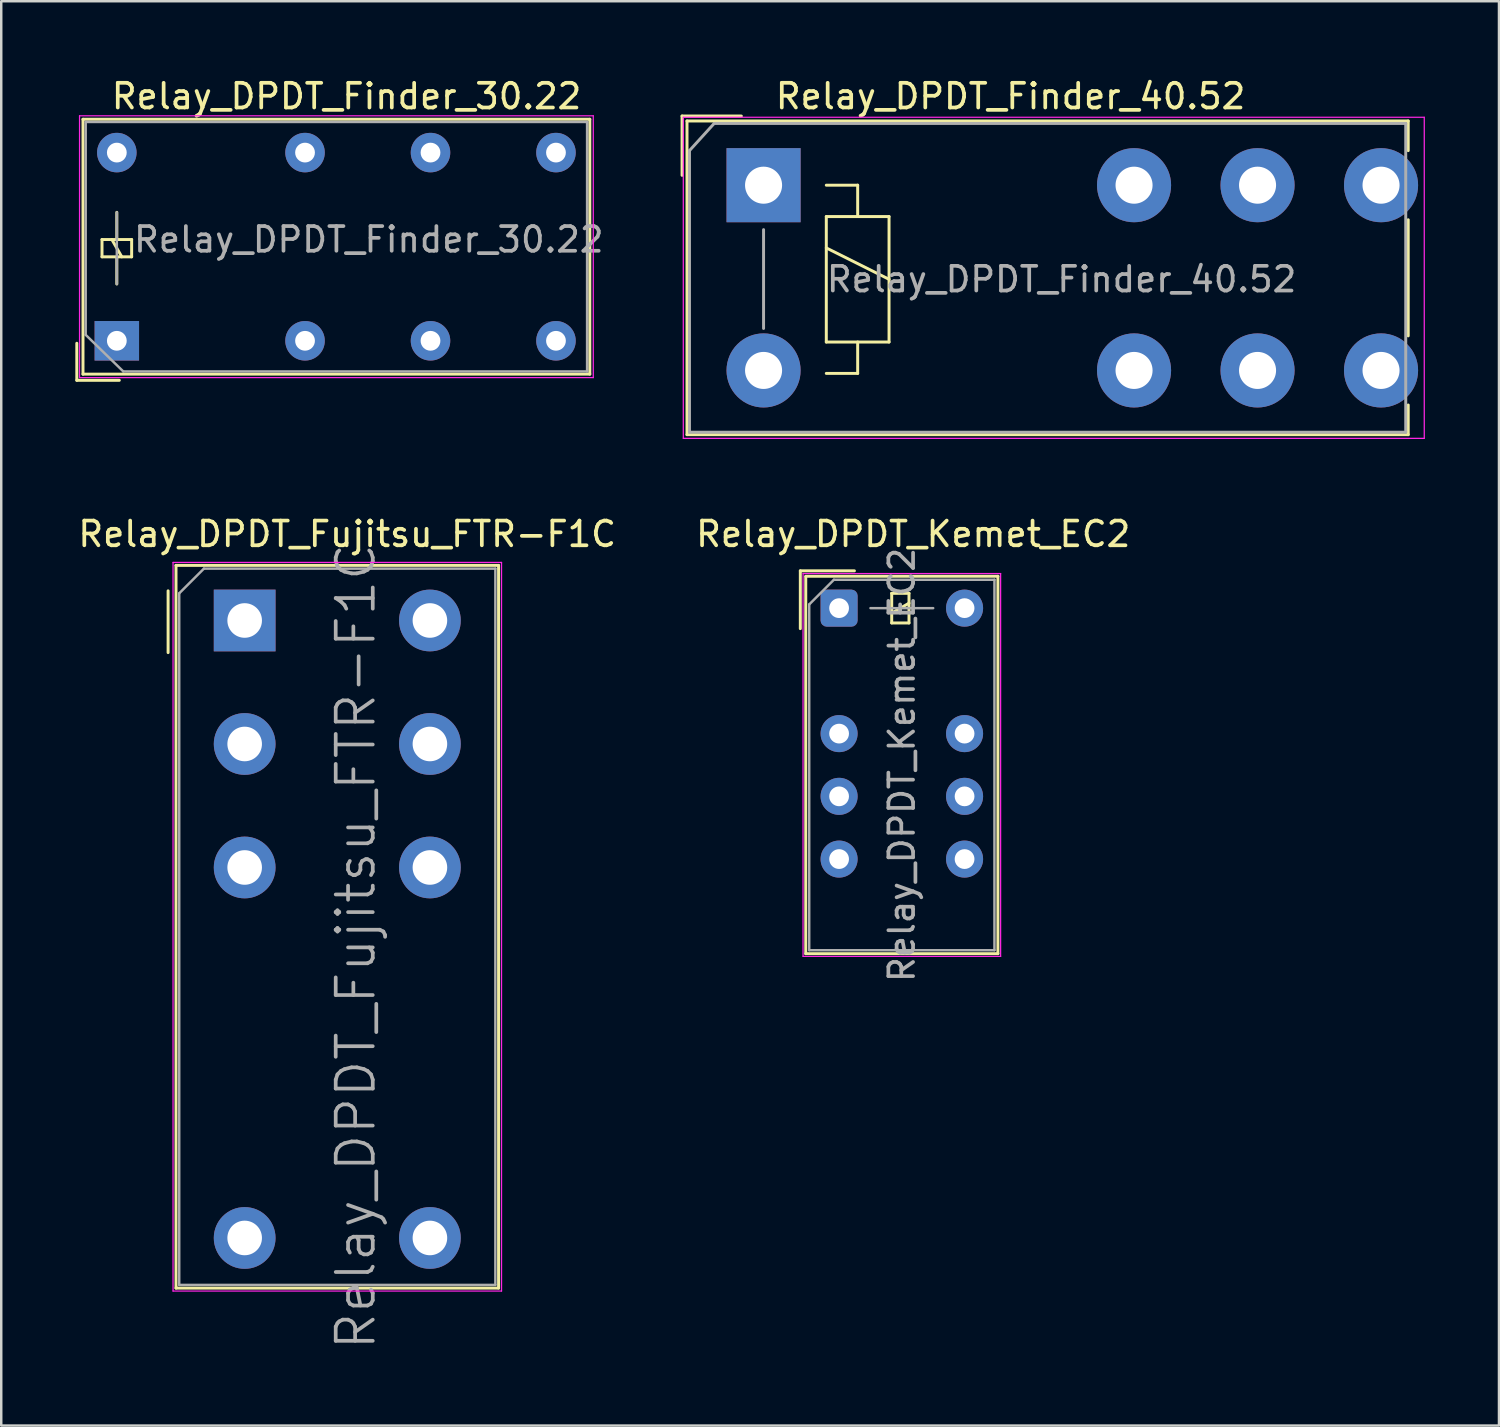
<source format=kicad_pcb>
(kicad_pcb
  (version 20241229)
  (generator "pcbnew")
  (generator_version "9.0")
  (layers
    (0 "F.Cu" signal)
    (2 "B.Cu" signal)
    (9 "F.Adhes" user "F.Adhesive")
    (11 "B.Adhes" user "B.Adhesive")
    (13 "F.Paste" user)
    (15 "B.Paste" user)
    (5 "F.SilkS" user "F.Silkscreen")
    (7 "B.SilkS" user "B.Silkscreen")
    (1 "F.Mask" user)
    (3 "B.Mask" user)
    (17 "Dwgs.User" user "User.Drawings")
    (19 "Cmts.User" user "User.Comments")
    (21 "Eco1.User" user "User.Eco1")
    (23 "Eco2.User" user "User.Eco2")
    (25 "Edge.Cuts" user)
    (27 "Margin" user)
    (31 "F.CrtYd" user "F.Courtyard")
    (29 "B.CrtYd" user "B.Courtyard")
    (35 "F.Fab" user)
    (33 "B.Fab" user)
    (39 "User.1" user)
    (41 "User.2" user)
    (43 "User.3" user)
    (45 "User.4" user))
  (footprint "Relay_DPDT_Fujitsu_FTR-F1C"
    (layer "F.Cu")
    (at 6.856 22.072)
    (property "Reference" "Relay_DPDT_Fujitsu_FTR-F1C" (at 4.15 -3.5 0) (layer "F.SilkS") (effects (font (size 1 1) (thickness 0.15))))
    (attr through_hole)
    (fp_line (start -3.1 -1.2) (end -3.1 1.3) (stroke (width 0.12) (type solid)) (layer "F.SilkS"))
    (fp_line (start -2.78 -2.23) (end 10.28 -2.23) (stroke (width 0.12) (type solid)) (layer "F.SilkS"))
    (fp_line (start -2.78 27.03) (end -2.78 -2.23) (stroke (width 0.12) (type solid)) (layer "F.SilkS"))
    (fp_line (start 10.28 -2.23) (end 10.28 27.03) (stroke (width 0.12) (type solid)) (layer "F.SilkS"))
    (fp_line (start 10.28 27.03) (end -2.78 27.03) (stroke (width 0.12) (type solid)) (layer "F.SilkS"))
    (fp_line (start -2.9 -2.35) (end 10.4 -2.35) (stroke (width 0.05) (type solid)) (layer "F.CrtYd"))
    (fp_line (start -2.9 27.15) (end -2.9 -2.35) (stroke (width 0.05) (type solid)) (layer "F.CrtYd"))
    (fp_line (start 10.4 -2.35) (end 10.4 27.15) (stroke (width 0.05) (type solid)) (layer "F.CrtYd"))
    (fp_line (start 10.4 27.15) (end -2.9 27.15) (stroke (width 0.05) (type solid)) (layer "F.CrtYd"))
    (fp_line (start -2.65 -1.1) (end -2.65 26.9) (stroke (width 0.1) (type solid)) (layer "F.Fab"))
    (fp_line (start -2.65 26.9) (end 10.15 26.9) (stroke (width 0.1) (type solid)) (layer "F.Fab"))
    (fp_line (start -1.65 -2.1) (end -2.65 -1.1) (stroke (width 0.1) (type solid)) (layer "F.Fab"))
    (fp_line (start -1.65 -2.1) (end 10.15 -2.1) (stroke (width 0.1) (type solid)) (layer "F.Fab"))
    (fp_line (start 10.15 -2.1) (end 10.15 26.9) (stroke (width 0.1) (type solid)) (layer "F.Fab"))
    (fp_text user "${REFERENCE}" (at 4.5 13.2 270) (layer "F.Fab") (effects (font (size 1.5 1.5) (thickness 0.15))))
    (pad "1" thru_hole rect (at 0 0 270) (size 2.5 2.5) (drill 1.4) (layers "*.Cu" "*.Mask"))
    (pad "2" thru_hole circle (at 0 5 270) (size 2.5 2.5) (drill 1.4) (layers "*.Cu" "*.Mask"))
    (pad "3" thru_hole circle (at 0 10 270) (size 2.5 2.5) (drill 1.4) (layers "*.Cu" "*.Mask"))
    (pad "4" thru_hole circle (at 0 25 270) (size 2.5 2.5) (drill 1.4) (layers "*.Cu" "*.Mask"))
    (pad "5" thru_hole circle (at 7.5 25 270) (size 2.5 2.5) (drill 1.4) (layers "*.Cu" "*.Mask"))
    (pad "6" thru_hole circle (at 7.5 10 270) (size 2.5 2.5) (drill 1.4) (layers "*.Cu" "*.Mask"))
    (pad "7" thru_hole circle (at 7.5 5 270) (size 2.5 2.5) (drill 1.4) (layers "*.Cu" "*.Mask"))
    (pad "8" thru_hole circle (at 7.5 0 270) (size 2.5 2.5) (drill 1.4) (layers "*.Cu" "*.Mask")))
  (footprint "Relay_DPDT_Finder_40.52"
    (layer "F.Cu")
    (at 27.865 4.448)
    (property "Reference" "Relay_DPDT_Finder_40.52" (at 10 -3.6 0) (layer "F.SilkS") (effects (font (size 1 1) (thickness 0.15))))
    (attr through_hole)
    (fp_line (start -3.3 -0.4) (end -3.3 -2.8) (stroke (width 0.12) (type solid)) (layer "F.SilkS"))
    (fp_line (start -3.1 -2.6) (end 26.1 -2.6) (stroke (width 0.12) (type solid)) (layer "F.SilkS"))
    (fp_line (start -3.1 10.1) (end -3.1 -2.6) (stroke (width 0.12) (type solid)) (layer "F.SilkS"))
    (fp_line (start -0.9 -2.8) (end -3.3 -2.8) (stroke (width 0.12) (type solid)) (layer "F.SilkS"))
    (fp_line (start 2.54 0) (end 3.81 0) (stroke (width 0.12) (type solid)) (layer "F.SilkS"))
    (fp_line (start 2.54 1.27) (end 3.81 1.27) (stroke (width 0.12) (type solid)) (layer "F.SilkS"))
    (fp_line (start 2.54 2.54) (end 5.08 3.81) (stroke (width 0.12) (type solid)) (layer "F.SilkS"))
    (fp_line (start 2.54 6.35) (end 2.54 1.27) (stroke (width 0.12) (type solid)) (layer "F.SilkS"))
    (fp_line (start 3.81 0) (end 3.81 1.27) (stroke (width 0.12) (type solid)) (layer "F.SilkS"))
    (fp_line (start 3.81 1.27) (end 5.08 1.27) (stroke (width 0.12) (type solid)) (layer "F.SilkS"))
    (fp_line (start 3.81 6.35) (end 3.81 7.62) (stroke (width 0.12) (type solid)) (layer "F.SilkS"))
    (fp_line (start 3.81 7.62) (end 2.54 7.62) (stroke (width 0.12) (type solid)) (layer "F.SilkS"))
    (fp_line (start 5.08 1.27) (end 5.08 6.35) (stroke (width 0.12) (type solid)) (layer "F.SilkS"))
    (fp_line (start 5.08 6.35) (end 2.54 6.35) (stroke (width 0.12) (type solid)) (layer "F.SilkS"))
    (fp_line (start 26.1 -2.6) (end 26.1 -1.4) (stroke (width 0.12) (type solid)) (layer "F.SilkS"))
    (fp_line (start 26.1 1.4) (end 26.1 6.1) (stroke (width 0.12) (type solid)) (layer "F.SilkS"))
    (fp_line (start 26.1 8.9) (end 26.1 10.1) (stroke (width 0.12) (type solid)) (layer "F.SilkS"))
    (fp_line (start 26.1 10.1) (end -3.1 10.1) (stroke (width 0.12) (type solid)) (layer "F.SilkS"))
    (fp_line (start -3.25 -2.75) (end -3.25 10.25) (stroke (width 0.05) (type solid)) (layer "F.CrtYd"))
    (fp_line (start -3.25 -2.75) (end 26.75 -2.75) (stroke (width 0.05) (type solid)) (layer "F.CrtYd"))
    (fp_line (start 26.75 10.25) (end -3.25 10.25) (stroke (width 0.05) (type solid)) (layer "F.CrtYd"))
    (fp_line (start 26.75 10.25) (end 26.75 -2.75) (stroke (width 0.05) (type solid)) (layer "F.CrtYd"))
    (fp_line (start -3 -1.4) (end -3 10) (stroke (width 0.12) (type solid)) (layer "F.Fab"))
    (fp_line (start -3 10) (end 26 10) (stroke (width 0.12) (type solid)) (layer "F.Fab"))
    (fp_line (start -2 -2.5) (end -3 -1.4) (stroke (width 0.12) (type solid)) (layer "F.Fab"))
    (fp_line (start 0 1.8) (end 0 5.8) (stroke (width 0.12) (type solid)) (layer "F.Fab"))
    (fp_line (start 26 -2.5) (end -2 -2.5) (stroke (width 0.12) (type solid)) (layer "F.Fab"))
    (fp_line (start 26 10) (end 26 -2.5) (stroke (width 0.12) (type solid)) (layer "F.Fab"))
    (fp_text user "${REFERENCE}" (at 12.065 3.81 0) (layer "F.Fab") (effects (font (size 1 1) (thickness 0.15))))
    (pad "11" thru_hole circle (at 20 0) (size 3 3) (drill 1.5) (layers "*.Cu" "*.Mask"))
    (pad "12" thru_hole circle (at 15 0) (size 3 3) (drill 1.5) (layers "*.Cu" "*.Mask"))
    (pad "14" thru_hole circle (at 25 0) (size 3 3) (drill 1.5) (layers "*.Cu" "*.Mask"))
    (pad "21" thru_hole circle (at 20 7.5) (size 3 3) (drill 1.5) (layers "*.Cu" "*.Mask"))
    (pad "22" thru_hole circle (at 15 7.5) (size 3 3) (drill 1.5) (layers "*.Cu" "*.Mask"))
    (pad "24" thru_hole circle (at 25 7.5) (size 3 3) (drill 1.5) (layers "*.Cu" "*.Mask"))
    (pad "A1" thru_hole rect (at 0 0) (size 3 3) (drill 1.5) (layers "*.Cu" "*.Mask"))
    (pad "A2" thru_hole circle (at 0 7.5) (size 3 3) (drill 1.5) (layers "*.Cu" "*.Mask")))
  (footprint "Relay_DPDT_Finder_30.22"
    (layer "F.Cu")
    (at 1.68 10.748)
    (property "Reference" "Relay_DPDT_Finder_30.22" (at 9.3 -9.9 0) (layer "F.SilkS") (effects (font (size 1 1) (thickness 0.15))))
    (attr through_hole)
    (fp_line (start -1.62 1.6) (end -1.62 0.1) (stroke (width 0.12) (type solid)) (layer "F.SilkS"))
    (fp_line (start -1.37 -8.97) (end 19.15 -8.97) (stroke (width 0.12) (type solid)) (layer "F.SilkS"))
    (fp_line (start -1.37 1.35) (end -1.37 -8.97) (stroke (width 0.12) (type solid)) (layer "F.SilkS"))
    (fp_line (start -0.6 -4.1) (end -0.6 -3.4) (stroke (width 0.12) (type solid)) (layer "F.SilkS"))
    (fp_line (start -0.6 -3.4) (end 0.6 -3.4) (stroke (width 0.12) (type solid)) (layer "F.SilkS"))
    (fp_line (start 0 -4.1) (end 0 -5.2) (stroke (width 0.12) (type solid)) (layer "F.SilkS"))
    (fp_line (start 0 -3.4) (end 0 -2.3) (stroke (width 0.12) (type solid)) (layer "F.SilkS"))
    (fp_line (start 0.1 1.6) (end -1.62 1.6) (stroke (width 0.12) (type solid)) (layer "F.SilkS"))
    (fp_line (start 0.2 -3.4) (end -0.2 -4.1) (stroke (width 0.12) (type solid)) (layer "F.SilkS"))
    (fp_line (start 0.6 -4.1) (end -0.6 -4.1) (stroke (width 0.12) (type solid)) (layer "F.SilkS"))
    (fp_line (start 0.6 -3.4) (end 0.6 -4.1) (stroke (width 0.12) (type solid)) (layer "F.SilkS"))
    (fp_line (start 19.15 -8.97) (end 19.15 1.35) (stroke (width 0.12) (type solid)) (layer "F.SilkS"))
    (fp_line (start 19.15 1.35) (end -1.37 1.35) (stroke (width 0.12) (type solid)) (layer "F.SilkS"))
    (fp_line (start -1.51 -9.11) (end -1.51 1.49) (stroke (width 0.05) (type solid)) (layer "F.CrtYd"))
    (fp_line (start -1.51 -9.11) (end 19.29 -9.11) (stroke (width 0.05) (type solid)) (layer "F.CrtYd"))
    (fp_line (start 19.29 1.49) (end -1.51 1.49) (stroke (width 0.05) (type solid)) (layer "F.CrtYd"))
    (fp_line (start 19.29 1.49) (end 19.29 -9.11) (stroke (width 0.05) (type solid)) (layer "F.CrtYd"))
    (fp_line (start -1.26 -8.86) (end 19.04 -8.86) (stroke (width 0.1) (type solid)) (layer "F.Fab"))
    (fp_line (start -1.26 -0.24) (end -1.26 -8.86) (stroke (width 0.1) (type solid)) (layer "F.Fab"))
    (fp_line (start 0 -2.3) (end 0 -5.2) (stroke (width 0.1) (type solid)) (layer "F.Fab"))
    (fp_line (start 0.26 1.24) (end -1.26 -0.24) (stroke (width 0.1) (type solid)) (layer "F.Fab"))
    (fp_line (start 19.04 -8.86) (end 19.04 1.24) (stroke (width 0.1) (type solid)) (layer "F.Fab"))
    (fp_line (start 19.04 1.24) (end 0.26 1.24) (stroke (width 0.1) (type solid)) (layer "F.Fab"))
    (fp_text user "${REFERENCE}" (at 10.2 -4.1 180) (layer "F.Fab") (effects (font (size 1 1) (thickness 0.15))))
    (pad "11" thru_hole circle (at 7.62 0 90) (size 1.6 1.6) (drill 0.8) (layers "*.Cu" "*.Mask"))
    (pad "12" thru_hole circle (at 12.7 0 90) (size 1.6 1.6) (drill 0.8) (layers "*.Cu" "*.Mask"))
    (pad "14" thru_hole circle (at 17.78 0 90) (size 1.6 1.6) (drill 0.8) (layers "*.Cu" "*.Mask"))
    (pad "21" thru_hole circle (at 7.62 -7.62 90) (size 1.6 1.6) (drill 0.8) (layers "*.Cu" "*.Mask"))
    (pad "22" thru_hole circle (at 12.7 -7.62 90) (size 1.6 1.6) (drill 0.8) (layers "*.Cu" "*.Mask"))
    (pad "24" thru_hole circle (at 17.78 -7.62 180) (size 1.6 1.6) (drill 0.8) (layers "*.Cu" "*.Mask"))
    (pad "A1" thru_hole rect (at 0 0 90) (size 1.6 1.8) (drill 0.8) (layers "*.Cu" "*.Mask"))
    (pad "A2" thru_hole circle (at 0 -7.62 90) (size 1.6 1.6) (drill 0.8) (layers "*.Cu" "*.Mask")))
  (footprint "Relay_DPDT_Kemet_EC2"
    (layer "F.Cu")
    (at 30.923 21.572)
    (property "Reference" "Relay_DPDT_Kemet_EC2" (at 3 -3 180) (layer "F.SilkS") (effects (font (size 1 1) (thickness 0.15))))
    (attr through_hole)
    (fp_line (start -1.57 -1.51) (end 0.62 -1.51) (stroke (width 0.12) (type solid)) (layer "F.SilkS"))
    (fp_line (start -1.57 0.83) (end -1.57 -1.51) (stroke (width 0.12) (type solid)) (layer "F.SilkS"))
    (fp_line (start -1.35 -1.27) (end -1.35 13.99) (stroke (width 0.12) (type solid)) (layer "F.SilkS"))
    (fp_line (start 2.13 -0.6) (end 2.13 0.6) (stroke (width 0.12) (type solid)) (layer "F.SilkS"))
    (fp_line (start 2.13 0.2) (end 2.83 -0.2) (stroke (width 0.12) (type solid)) (layer "F.SilkS"))
    (fp_line (start 2.13 0.6) (end 2.83 0.6) (stroke (width 0.12) (type solid)) (layer "F.SilkS"))
    (fp_line (start 2.83 -0.6) (end 2.13 -0.6) (stroke (width 0.12) (type solid)) (layer "F.SilkS"))
    (fp_line (start 2.83 0.6) (end 2.83 -0.6) (stroke (width 0.12) (type solid)) (layer "F.SilkS"))
    (fp_line (start 6.43 -1.29) (end -1.35 -1.29) (stroke (width 0.12) (type solid)) (layer "F.SilkS"))
    (fp_line (start 6.43 -1.29) (end 6.43 13.99) (stroke (width 0.12) (type solid)) (layer "F.SilkS"))
    (fp_line (start 6.43 13.99) (end -1.35 13.99) (stroke (width 0.12) (type solid)) (layer "F.SilkS"))
    (fp_line (start -1.46 -1.4) (end -1.46 14.1) (stroke (width 0.05) (type solid)) (layer "F.CrtYd"))
    (fp_line (start -1.46 14.1) (end 6.54 14.1) (stroke (width 0.05) (type solid)) (layer "F.CrtYd"))
    (fp_line (start 6.54 -1.4) (end -1.46 -1.4) (stroke (width 0.05) (type solid)) (layer "F.CrtYd"))
    (fp_line (start 6.54 -1.4) (end 6.54 14.1) (stroke (width 0.05) (type solid)) (layer "F.CrtYd"))
    (fp_line (start -1.21 -0.15) (end -1.21 13.85) (stroke (width 0.1) (type solid)) (layer "F.Fab"))
    (fp_line (start -1.21 -0.15) (end -0.21 -1.15) (stroke (width 0.1) (type solid)) (layer "F.Fab"))
    (fp_line (start 1.27 0) (end 3.81 0) (stroke (width 0.1) (type solid)) (layer "F.Fab"))
    (fp_line (start 6.29 -1.15) (end -0.21 -1.15) (stroke (width 0.1) (type solid)) (layer "F.Fab"))
    (fp_line (start 6.29 -1.15) (end 6.29 13.85) (stroke (width 0.1) (type solid)) (layer "F.Fab"))
    (fp_line (start 6.29 13.85) (end -1.21 13.85) (stroke (width 0.1) (type solid)) (layer "F.Fab"))
    (fp_text user "${REFERENCE}" (at 2.54 6.35 90) (layer "F.Fab") (effects (font (size 1 1) (thickness 0.15))))
    (pad "1" thru_hole roundrect (at 0 0) (size 1.5 1.5) (drill 0.8) (layers "*.Cu" "*.Mask") (roundrect_rratio 0.167))
    (pad "3" thru_hole circle (at 0 5.08) (size 1.5 1.5) (drill 0.8) (layers "*.Cu" "*.Mask"))
    (pad "4" thru_hole circle (at 0 7.62) (size 1.5 1.5) (drill 0.8) (layers "*.Cu" "*.Mask"))
    (pad "5" thru_hole circle (at 0 10.16) (size 1.5 1.5) (drill 0.8) (layers "*.Cu" "*.Mask"))
    (pad "8" thru_hole circle (at 5.08 10.16) (size 1.5 1.5) (drill 0.8) (layers "*.Cu" "*.Mask"))
    (pad "9" thru_hole circle (at 5.08 7.62) (size 1.5 1.5) (drill 0.8) (layers "*.Cu" "*.Mask"))
    (pad "10" thru_hole circle (at 5.08 5.08) (size 1.5 1.5) (drill 0.8) (layers "*.Cu" "*.Mask"))
    (pad "12" thru_hole circle (at 5.08 0) (size 1.5 1.5) (drill 0.8) (layers "*.Cu" "*.Mask")))
  (gr_rect
    (start -3 -3)
    (end 57.64 54.668)
    (stroke (width 0.1) (type default))
    (fill no)
    (layer "Edge.Cuts")))
</source>
